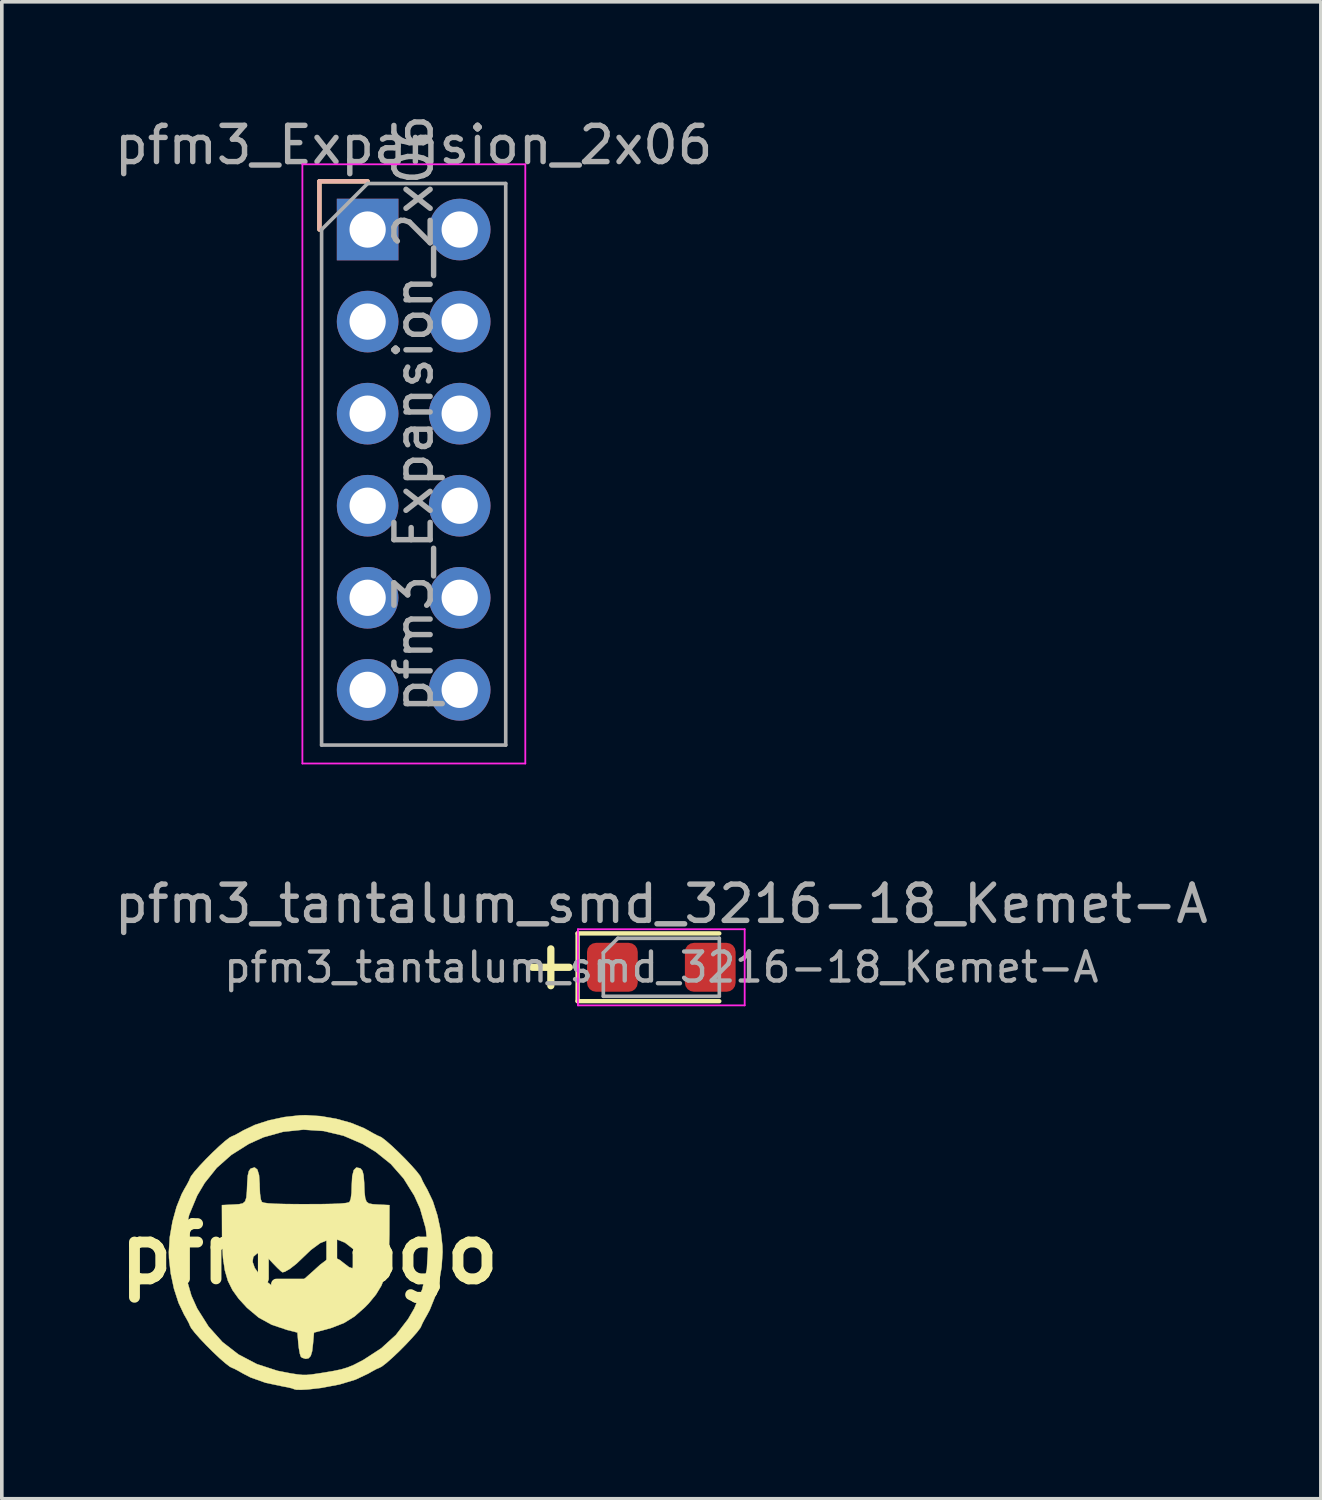
<source format=kicad_pcb>
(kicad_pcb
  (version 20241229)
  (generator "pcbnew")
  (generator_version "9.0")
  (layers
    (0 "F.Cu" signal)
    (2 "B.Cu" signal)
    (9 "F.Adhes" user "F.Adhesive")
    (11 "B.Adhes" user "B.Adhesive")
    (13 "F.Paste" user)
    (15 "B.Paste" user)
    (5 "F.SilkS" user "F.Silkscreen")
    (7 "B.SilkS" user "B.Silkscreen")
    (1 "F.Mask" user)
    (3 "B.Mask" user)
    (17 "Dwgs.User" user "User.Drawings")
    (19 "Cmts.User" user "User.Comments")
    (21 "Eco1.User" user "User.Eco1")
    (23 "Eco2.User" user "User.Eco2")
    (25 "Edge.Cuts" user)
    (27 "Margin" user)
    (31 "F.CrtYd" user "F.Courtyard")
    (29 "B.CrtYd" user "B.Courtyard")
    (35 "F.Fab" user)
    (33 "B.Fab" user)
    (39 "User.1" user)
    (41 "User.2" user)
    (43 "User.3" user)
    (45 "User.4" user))
  (footprint "pfm3_Expansion_2x06"
    (layer "F.Cu")
    (at 7.093 3.283)
    (property "Reference" "pfm3_Expansion_2x06" (at 1.27 -2.33 0) (layer "F.Fab") (effects (font (size 1 1) (thickness 0.15))))
    (attr through_hole)
    (fp_line (start -1.33 -1.33) (end 0 -1.33) (stroke (width 0.12) (type solid)) (layer "F.SilkS"))
    (fp_line (start -1.33 0) (end -1.33 -1.33) (stroke (width 0.12) (type solid)) (layer "F.SilkS"))
    (fp_line (start -1.33 -1.33) (end 0 -1.33) (stroke (width 0.12) (type solid)) (layer "B.SilkS"))
    (fp_line (start -1.33 0) (end -1.33 -1.33) (stroke (width 0.12) (type solid)) (layer "B.SilkS"))
    (fp_line (start -1.8 -1.8) (end -1.8 14.732) (stroke (width 0.05) (type solid)) (layer "F.CrtYd"))
    (fp_line (start -1.8 14.732) (end 4.35 14.732) (stroke (width 0.05) (type solid)) (layer "F.CrtYd"))
    (fp_line (start 4.35 -1.8) (end -1.8 -1.8) (stroke (width 0.05) (type solid)) (layer "F.CrtYd"))
    (fp_line (start 4.35 14.732) (end 4.35 -1.8) (stroke (width 0.05) (type solid)) (layer "F.CrtYd"))
    (fp_line (start -1.27 0) (end 0 -1.27) (stroke (width 0.1) (type solid)) (layer "F.Fab"))
    (fp_line (start -1.27 14.224) (end -1.27 0) (stroke (width 0.1) (type solid)) (layer "F.Fab"))
    (fp_line (start 0 -1.27) (end 3.81 -1.27) (stroke (width 0.1) (type solid)) (layer "F.Fab"))
    (fp_line (start 3.81 -1.27) (end 3.81 14.224) (stroke (width 0.1) (type solid)) (layer "F.Fab"))
    (fp_line (start 3.81 14.224) (end -1.27 14.224) (stroke (width 0.1) (type solid)) (layer "F.Fab"))
    (fp_text user "${REFERENCE}" (at 1.27 5.08 90) (layer "F.Fab") (effects (font (size 1 1) (thickness 0.15))))
    (pad "1" thru_hole rect (at 0 0) (size 1.7 1.7) (drill 1) (layers "*.Cu" "*.Mask"))
    (pad "2" thru_hole oval (at 2.54 0) (size 1.7 1.7) (drill 1) (layers "*.Cu" "*.Mask"))
    (pad "3" thru_hole oval (at 0 2.54) (size 1.7 1.7) (drill 1) (layers "*.Cu" "*.Mask"))
    (pad "4" thru_hole oval (at 2.54 2.54) (size 1.7 1.7) (drill 1) (layers "*.Cu" "*.Mask"))
    (pad "5" thru_hole oval (at 0 5.08) (size 1.7 1.7) (drill 1) (layers "*.Cu" "*.Mask"))
    (pad "6" thru_hole oval (at 2.54 5.08) (size 1.7 1.7) (drill 1) (layers "*.Cu" "*.Mask"))
    (pad "7" thru_hole oval (at 0 7.62) (size 1.7 1.7) (drill 1) (layers "*.Cu" "*.Mask"))
    (pad "8" thru_hole oval (at 2.54 7.62) (size 1.7 1.7) (drill 1) (layers "*.Cu" "*.Mask"))
    (pad "9" thru_hole oval (at 0 10.16) (size 1.7 1.7) (drill 1) (layers "*.Cu" "*.Mask"))
    (pad "10" thru_hole oval (at 2.54 10.16) (size 1.7 1.7) (drill 1) (layers "*.Cu" "*.Mask"))
    (pad "11" thru_hole oval (at 0 12.7) (size 1.7 1.7) (drill 1) (layers "*.Cu" "*.Mask"))
    (pad "12" thru_hole oval (at 2.54 12.7) (size 1.7 1.7) (drill 1) (layers "*.Cu" "*.Mask")))
  (footprint "pfm3_tantalum_smd_3216-18_Kemet-A"
    (layer "F.Cu")
    (at 15.196 23.638)
    (property "Reference" "pfm3_tantalum_smd_3216-18_Kemet-A" (at 0 -1.75 0) (layer "F.Fab") (effects (font (size 1 1) (thickness 0.15))))
    (attr smd)
    (fp_line (start -3.556 0) (end -2.54 0) (stroke (width 0.2) (type solid)) (layer "F.SilkS"))
    (fp_line (start -3.048 -0.508) (end -3.048 0.508) (stroke (width 0.2) (type solid)) (layer "F.SilkS"))
    (fp_line (start -2.31 -0.935) (end -2.31 0.935) (stroke (width 0.12) (type solid)) (layer "F.SilkS"))
    (fp_line (start -2.31 0.935) (end 1.6 0.935) (stroke (width 0.12) (type solid)) (layer "F.SilkS"))
    (fp_line (start 1.6 -0.935) (end -2.31 -0.935) (stroke (width 0.12) (type solid)) (layer "F.SilkS"))
    (fp_line (start -2.3 -1.05) (end 2.3 -1.05) (stroke (width 0.05) (type solid)) (layer "F.CrtYd"))
    (fp_line (start -2.3 1.05) (end -2.3 -1.05) (stroke (width 0.05) (type solid)) (layer "F.CrtYd"))
    (fp_line (start 2.3 -1.05) (end 2.3 1.05) (stroke (width 0.05) (type solid)) (layer "F.CrtYd"))
    (fp_line (start 2.3 1.05) (end -2.3 1.05) (stroke (width 0.05) (type solid)) (layer "F.CrtYd"))
    (fp_line (start -1.6 -0.4) (end -1.6 0.8) (stroke (width 0.1) (type solid)) (layer "F.Fab"))
    (fp_line (start -1.6 0.8) (end 1.6 0.8) (stroke (width 0.1) (type solid)) (layer "F.Fab"))
    (fp_line (start -1.2 -0.8) (end -1.6 -0.4) (stroke (width 0.1) (type solid)) (layer "F.Fab"))
    (fp_line (start 1.6 -0.8) (end -1.2 -0.8) (stroke (width 0.1) (type solid)) (layer "F.Fab"))
    (fp_line (start 1.6 0.8) (end 1.6 -0.8) (stroke (width 0.1) (type solid)) (layer "F.Fab"))
    (fp_text user "${REFERENCE}" (at 0 0 0) (layer "F.Fab") (effects (font (size 0.8 0.8) (thickness 0.12))))
    (pad "1" smd roundrect (at -1.35 0) (size 1.4 1.35) (layers "F.Cu" "F.Mask" "F.Paste") (roundrect_rratio 0.185))
    (pad "2" smd roundrect (at 1.35 0) (size 1.4 1.35) (layers "F.Cu" "F.Mask" "F.Paste") (roundrect_rratio 0.185)))
  (footprint "pfm_logo"
    (layer "F.Cu")
    (at 5.486 31.545)
    (property "Reference" "pfm_logo" (at 0 0 0) (layer "F.SilkS") (effects (font (size 1.524 1.524) (thickness 0.3))))
    (attr through_hole)
    (fp_poly (pts (xy -1.435 -2.326) (xy -1.389 -2.173) (xy -1.372 -1.925) (xy -1.372 -1.884) (xy -1.363 -1.664) (xy -1.341 -1.505) (xy -1.311 -1.433) (xy -1.254 -1.411) (xy -1.128 -1.394) (xy -0.925 -1.382) (xy -0.638 -1.375) (xy -0.259 -1.372) (xy -0.102 -1.372) (xy 0.311 -1.373) (xy 0.63 -1.379) (xy 0.862 -1.389) (xy 1.014 -1.404) (xy 1.095 -1.424) (xy 1.107 -1.433) (xy 1.141 -1.518) (xy 1.162 -1.683) (xy 1.168 -1.884) (xy 1.182 -2.145) (xy 1.224 -2.311) (xy 1.296 -2.383) (xy 1.398 -2.363) (xy 1.414 -2.354) (xy 1.464 -2.292) (xy 1.495 -2.171) (xy 1.511 -1.971) (xy 1.512 -1.95) (xy 1.522 -1.703) (xy 1.54 -1.539) (xy 1.576 -1.441) (xy 1.642 -1.391) (xy 1.751 -1.37) (xy 1.893 -1.361) (xy 2.21 -1.346) (xy 2.207 -0.533) (xy 2.195 -0.078) (xy 2.158 0.296) (xy 2.091 0.608) (xy 1.986 0.877) (xy 1.837 1.122) (xy 1.639 1.363) (xy 1.528 1.477) (xy 1.247 1.725) (xy 0.958 1.905) (xy 0.623 2.037) (xy 0.457 2.085) (xy 0.127 2.171) (xy 0.101 2.47) (xy 0.076 2.685) (xy 0.037 2.815) (xy -0.022 2.88) (xy -0.102 2.896) (xy -0.203 2.865) (xy -0.238 2.832) (xy -0.264 2.749) (xy -0.29 2.602) (xy -0.305 2.469) (xy -0.33 2.17) (xy -0.61 2.099) (xy -1.037 1.956) (xy -1.398 1.758) (xy -1.719 1.489) (xy -1.723 1.485) (xy -1.949 1.239) (xy -2.122 0.998) (xy -2.248 0.744) (xy -2.332 0.456) (xy -2.368 0.217) (xy -1.568 0.217) (xy -1.508 0.387) (xy -1.371 0.581) (xy -1.262 0.696) (xy -1.055 0.862) (xy -0.856 0.944) (xy -0.633 0.952) (xy -0.51 0.933) (xy -0.373 0.87) (xy -0.178 0.726) (xy 0.073 0.502) (xy 0.075 0.501) (xy 0.295 0.301) (xy 0.466 0.172) (xy 0.603 0.111) (xy 0.723 0.112) (xy 0.843 0.171) (xy 0.948 0.254) (xy 1.094 0.366) (xy 1.2 0.402) (xy 1.288 0.366) (xy 1.311 0.345) (xy 1.371 0.22) (xy 1.348 0.067) (xy 1.248 -0.093) (xy 1.206 -0.136) (xy 0.981 -0.311) (xy 0.76 -0.398) (xy 0.536 -0.394) (xy 0.3 -0.299) (xy 0.043 -0.11) (xy -0.152 0.076) (xy -0.353 0.268) (xy -0.534 0.41) (xy -0.677 0.493) (xy -0.742 0.508) (xy -0.791 0.473) (xy -0.888 0.381) (xy -1.015 0.25) (xy -1.044 0.218) (xy -1.182 0.073) (xy -1.273 -0.008) (xy -1.34 -0.037) (xy -1.405 -0.027) (xy -1.443 -0.011) (xy -1.547 0.081) (xy -1.568 0.217) (xy -2.368 0.217) (xy -2.383 0.117) (xy -2.407 -0.294) (xy -2.41 -0.533) (xy -2.413 -1.346) (xy -2.096 -1.361) (xy -1.94 -1.371) (xy -1.837 -1.394) (xy -1.774 -1.449) (xy -1.74 -1.553) (xy -1.724 -1.725) (xy -1.715 -1.95) (xy -1.7 -2.158) (xy -1.67 -2.285) (xy -1.622 -2.351) (xy -1.617 -2.354) (xy -1.511 -2.386) (xy -1.435 -2.326)) (stroke (width 0.01) (type solid)) (fill yes) (layer "F.SilkS"))
    (fp_poly (pts (xy 0.31 -3.801) (xy 0.736 -3.728) (xy 1.142 -3.616) (xy 1.497 -3.473) (xy 1.622 -3.406) (xy 1.766 -3.324) (xy 1.873 -3.267) (xy 1.913 -3.251) (xy 1.989 -3.216) (xy 2.115 -3.119) (xy 2.277 -2.978) (xy 2.457 -2.807) (xy 2.642 -2.623) (xy 2.814 -2.441) (xy 2.958 -2.278) (xy 3.058 -2.149) (xy 3.099 -2.069) (xy 3.099 -2.066) (xy 3.123 -2.01) (xy 3.185 -1.894) (xy 3.253 -1.774) (xy 3.407 -1.452) (xy 3.532 -1.063) (xy 3.623 -0.641) (xy 3.67 -0.219) (xy 3.675 -0.051) (xy 3.648 0.361) (xy 3.575 0.786) (xy 3.463 1.193) (xy 3.32 1.548) (xy 3.253 1.673) (xy 3.171 1.817) (xy 3.115 1.924) (xy 3.099 1.964) (xy 3.063 2.04) (xy 2.967 2.166) (xy 2.825 2.327) (xy 2.655 2.508) (xy 2.471 2.693) (xy 2.289 2.865) (xy 2.126 3.009) (xy 1.996 3.109) (xy 1.917 3.149) (xy 1.913 3.15) (xy 1.857 3.173) (xy 1.742 3.235) (xy 1.622 3.304) (xy 1.269 3.47) (xy 0.832 3.602) (xy 0.326 3.698) (xy -0.051 3.741) (xy -0.225 3.75) (xy -0.357 3.748) (xy -0.414 3.735) (xy -0.48 3.709) (xy -0.612 3.678) (xy -0.719 3.659) (xy -1.207 3.556) (xy -1.624 3.408) (xy -1.825 3.304) (xy -1.969 3.222) (xy -2.076 3.166) (xy -2.117 3.15) (xy -2.192 3.114) (xy -2.318 3.017) (xy -2.48 2.876) (xy -2.661 2.705) (xy -2.845 2.521) (xy -3.017 2.34) (xy -3.161 2.176) (xy -3.261 2.047) (xy -3.302 1.968) (xy -3.302 1.964) (xy -3.326 1.908) (xy -3.388 1.792) (xy -3.457 1.673) (xy -3.61 1.35) (xy -3.736 0.961) (xy -3.826 0.539) (xy -3.873 0.118) (xy -3.875 0.041) (xy -3.476 0.041) (xy -3.413 0.604) (xy -3.256 1.151) (xy -3.096 1.506) (xy -2.78 2.007) (xy -2.4 2.431) (xy -1.956 2.775) (xy -1.448 3.041) (xy -0.879 3.226) (xy -0.508 3.298) (xy -0.329 3.325) (xy -0.197 3.339) (xy -0.079 3.34) (xy 0.058 3.327) (xy 0.244 3.3) (xy 0.381 3.279) (xy 0.666 3.231) (xy 0.88 3.186) (xy 1.057 3.132) (xy 1.226 3.062) (xy 1.418 2.963) (xy 1.498 2.92) (xy 1.982 2.605) (xy 2.387 2.236) (xy 2.722 1.8) (xy 2.893 1.506) (xy 3.114 0.976) (xy 3.241 0.422) (xy 3.273 -0.143) (xy 3.21 -0.705) (xy 3.053 -1.253) (xy 2.893 -1.608) (xy 2.599 -2.08) (xy 2.248 -2.479) (xy 1.826 -2.818) (xy 1.468 -3.034) (xy 0.944 -3.259) (xy 0.396 -3.39) (xy -0.164 -3.427) (xy -0.723 -3.369) (xy -1.267 -3.217) (xy -1.672 -3.034) (xy -2.154 -2.73) (xy -2.555 -2.375) (xy -2.889 -1.957) (xy -3.096 -1.608) (xy -3.317 -1.077) (xy -3.444 -0.524) (xy -3.476 0.041) (xy -3.875 0.041) (xy -3.878 -0.051) (xy -3.852 -0.462) (xy -3.778 -0.888) (xy -3.666 -1.295) (xy -3.524 -1.649) (xy -3.457 -1.774) (xy -3.374 -1.918) (xy -3.318 -2.025) (xy -3.302 -2.066) (xy -3.266 -2.141) (xy -3.17 -2.268) (xy -3.028 -2.429) (xy -2.858 -2.61) (xy -2.674 -2.794) (xy -2.492 -2.966) (xy -2.329 -3.11) (xy -2.2 -3.21) (xy -2.12 -3.251) (xy -2.117 -3.251) (xy -2.061 -3.275) (xy -1.945 -3.337) (xy -1.825 -3.406) (xy -1.503 -3.559) (xy -1.114 -3.685) (xy -0.692 -3.775) (xy -0.27 -3.822) (xy -0.102 -3.827) (xy 0.31 -3.801)) (stroke (width 0.01) (type solid)) (fill yes) (layer "F.SilkS")))
  (gr_rect
    (start -3 -3)
    (end 33.393 38.301)
    (stroke (width 0.1) (type default))
    (fill no)
    (layer "Edge.Cuts")))
</source>
